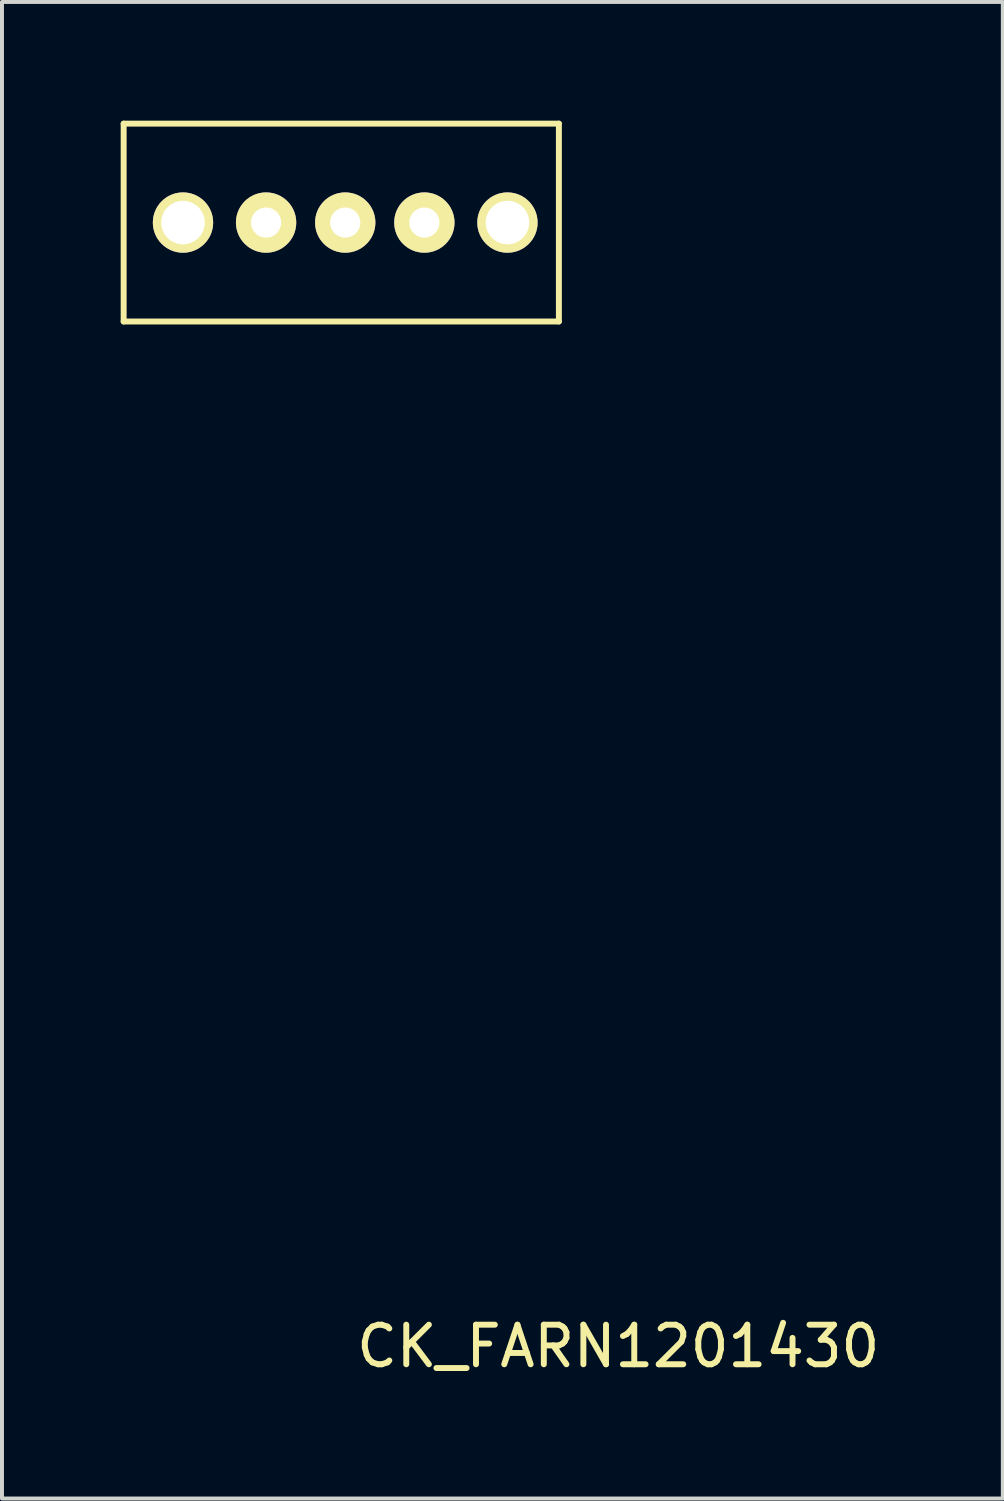
<source format=kicad_pcb>
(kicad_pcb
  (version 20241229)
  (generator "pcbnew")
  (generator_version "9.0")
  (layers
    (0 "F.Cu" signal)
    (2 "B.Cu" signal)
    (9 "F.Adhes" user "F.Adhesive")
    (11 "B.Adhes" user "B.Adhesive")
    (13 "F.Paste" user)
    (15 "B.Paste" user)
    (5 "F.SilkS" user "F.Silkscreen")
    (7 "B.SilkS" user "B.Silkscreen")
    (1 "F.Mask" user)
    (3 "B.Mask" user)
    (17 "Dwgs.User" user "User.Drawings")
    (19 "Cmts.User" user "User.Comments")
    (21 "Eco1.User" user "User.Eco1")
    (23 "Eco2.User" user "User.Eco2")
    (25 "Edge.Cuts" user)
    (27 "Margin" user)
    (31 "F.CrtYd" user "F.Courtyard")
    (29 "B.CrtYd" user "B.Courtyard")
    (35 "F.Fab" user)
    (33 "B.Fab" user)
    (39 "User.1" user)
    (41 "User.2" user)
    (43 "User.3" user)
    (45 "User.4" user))
  (footprint "CK_FARN1201430"
    (layer "F.Cu")
    (at 5.575 2.575)
    (property "Reference" "CK_FARN1201430" (at 7 28.4 0) (layer "F.SilkS") (effects (font (size 1 1) (thickness 0.15))))
    (attr through_hole)
    (fp_line (start -5.5 -2.5) (end 5.5 -2.5) (stroke (width 0.15) (type solid)) (layer "F.SilkS"))
    (fp_line (start -5.5 2.5) (end -5.5 -2.5) (stroke (width 0.15) (type solid)) (layer "F.SilkS"))
    (fp_line (start 5.5 -2.5) (end 5.5 2.5) (stroke (width 0.15) (type solid)) (layer "F.SilkS"))
    (fp_line (start 5.5 2.5) (end -5.5 2.5) (stroke (width 0.15) (type solid)) (layer "F.SilkS"))
    (pad "" thru_hole circle (at -4 0) (size 1.524 1.524) (drill 1.1) (layers "*.Cu" "*.Mask" "F.SilkS"))
    (pad "" thru_hole circle (at 4.2 0) (size 1.524 1.524) (drill 1.1) (layers "*.Cu" "*.Mask" "F.SilkS"))
    (pad "1" thru_hole circle (at -1.9 0) (size 1.524 1.524) (drill 0.762) (layers "*.Cu" "*.Mask" "F.SilkS"))
    (pad "2" thru_hole circle (at 0.1 0) (size 1.524 1.524) (drill 0.762) (layers "*.Cu" "*.Mask" "F.SilkS"))
    (pad "3" thru_hole circle (at 2.1 0) (size 1.524 1.524) (drill 0.762) (layers "*.Cu" "*.Mask" "F.SilkS")))
  (gr_rect
    (start -3 -3)
    (end 22.295 34.823)
    (stroke (width 0.1) (type default))
    (fill no)
    (layer "Edge.Cuts")))
</source>
